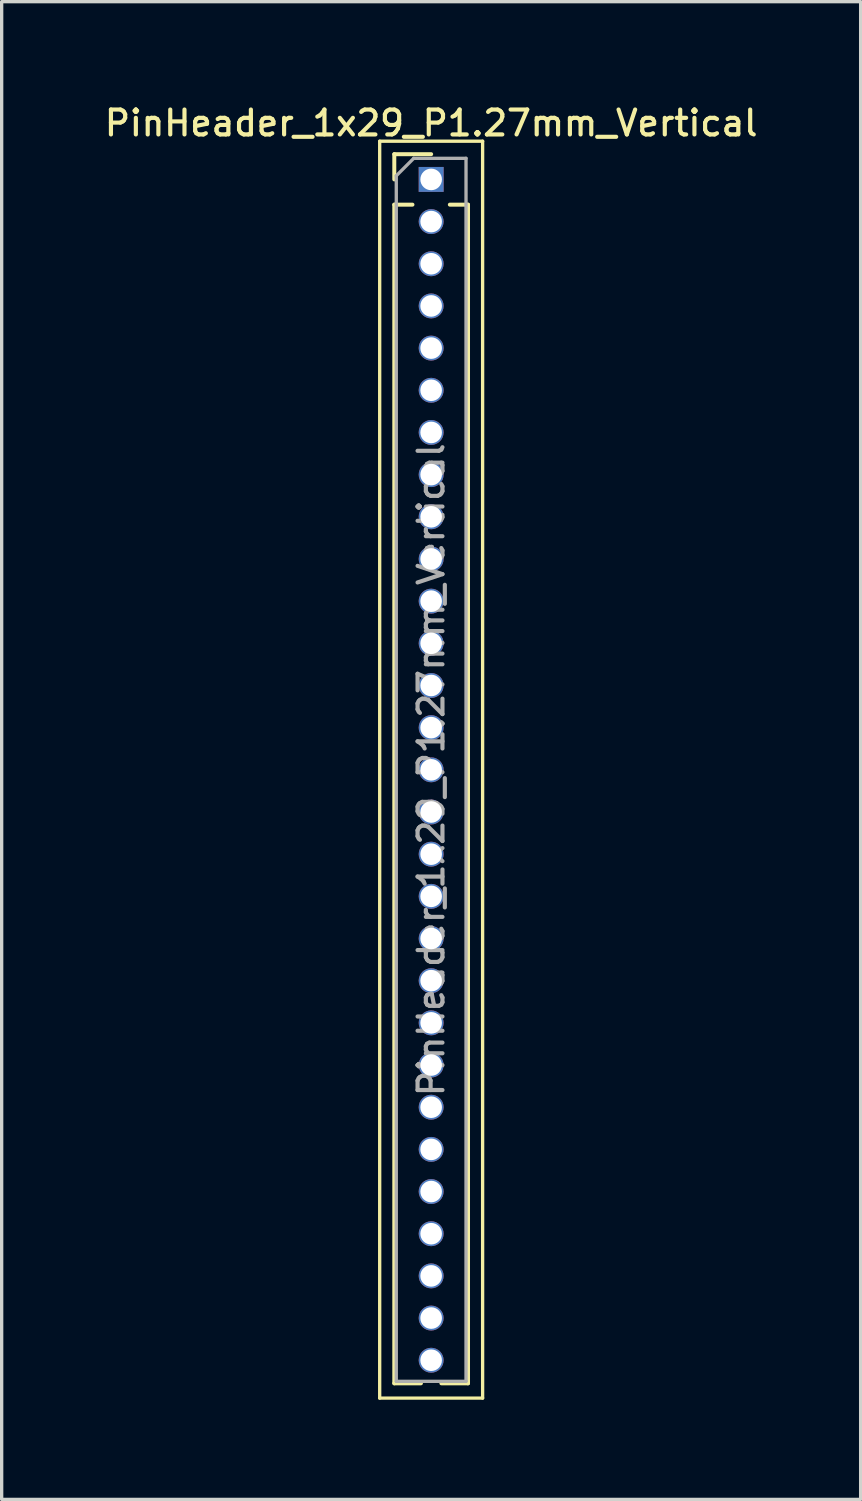
<source format=kicad_pcb>
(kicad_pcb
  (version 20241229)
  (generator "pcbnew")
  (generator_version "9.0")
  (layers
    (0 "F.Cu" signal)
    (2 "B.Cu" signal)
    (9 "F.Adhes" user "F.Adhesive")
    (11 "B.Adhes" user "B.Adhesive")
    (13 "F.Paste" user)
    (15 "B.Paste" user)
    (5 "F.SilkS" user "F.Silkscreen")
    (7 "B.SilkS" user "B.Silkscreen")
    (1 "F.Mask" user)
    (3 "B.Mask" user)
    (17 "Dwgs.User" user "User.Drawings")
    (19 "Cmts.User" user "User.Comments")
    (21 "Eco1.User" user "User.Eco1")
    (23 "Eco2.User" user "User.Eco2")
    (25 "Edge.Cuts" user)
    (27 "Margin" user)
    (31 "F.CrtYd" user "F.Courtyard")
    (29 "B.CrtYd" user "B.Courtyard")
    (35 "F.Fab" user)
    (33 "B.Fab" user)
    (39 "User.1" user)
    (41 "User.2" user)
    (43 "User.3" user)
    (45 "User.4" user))
  (footprint "PinHeader_1x29_P1.27mm_Vertical"
    (layer "F.Cu")
    (at 9.934 2.353)
    (property "Reference" "PinHeader_1x29_P1.27mm_Vertical" (at 0 -1.695 0) (layer "F.SilkS") (effects (font (size 0.75 0.75) (thickness 0.125))))
    (attr through_hole)
    (fp_line (start -1.55 -1.15) (end -1.55 36.7) (stroke (width 0.1) (type solid)) (layer "F.SilkS"))
    (fp_line (start -1.55 36.7) (end 1.55 36.7) (stroke (width 0.1) (type solid)) (layer "F.SilkS"))
    (fp_line (start -1.11 -0.76) (end 0 -0.76) (stroke (width 0.12) (type solid)) (layer "F.SilkS"))
    (fp_line (start -1.11 0) (end -1.11 -0.76) (stroke (width 0.12) (type solid)) (layer "F.SilkS"))
    (fp_line (start -1.11 0.76) (end -1.11 36.255) (stroke (width 0.12) (type solid)) (layer "F.SilkS"))
    (fp_line (start -1.11 0.76) (end -0.563 0.76) (stroke (width 0.12) (type solid)) (layer "F.SilkS"))
    (fp_line (start -1.11 36.255) (end -0.308 36.255) (stroke (width 0.12) (type solid)) (layer "F.SilkS"))
    (fp_line (start 0.308 36.255) (end 1.11 36.255) (stroke (width 0.12) (type solid)) (layer "F.SilkS"))
    (fp_line (start 0.563 0.76) (end 1.11 0.76) (stroke (width 0.12) (type solid)) (layer "F.SilkS"))
    (fp_line (start 1.11 0.76) (end 1.11 36.255) (stroke (width 0.12) (type solid)) (layer "F.SilkS"))
    (fp_line (start 1.55 -1.15) (end -1.55 -1.15) (stroke (width 0.1) (type solid)) (layer "F.SilkS"))
    (fp_line (start 1.55 36.7) (end 1.55 -1.15) (stroke (width 0.1) (type solid)) (layer "F.SilkS"))
    (fp_line (start -1.05 -0.11) (end -0.525 -0.635) (stroke (width 0.1) (type solid)) (layer "F.Fab"))
    (fp_line (start -1.05 36.195) (end -1.05 -0.11) (stroke (width 0.1) (type solid)) (layer "F.Fab"))
    (fp_line (start -0.525 -0.635) (end 1.05 -0.635) (stroke (width 0.1) (type solid)) (layer "F.Fab"))
    (fp_line (start 1.05 -0.635) (end 1.05 36.195) (stroke (width 0.1) (type solid)) (layer "F.Fab"))
    (fp_line (start 1.05 36.195) (end -1.05 36.195) (stroke (width 0.1) (type solid)) (layer "F.Fab"))
    (fp_text user "${REFERENCE}" (at 0 17.78 90) (layer "F.Fab") (effects (font (size 0.75 0.75) (thickness 0.125))))
    (pad "1" thru_hole rect (at 0 0) (size 0.75 0.75) (drill 0.65) (layers "*.Cu" "*.Mask"))
    (pad "2" thru_hole oval (at 0 1.27) (size 0.75 0.75) (drill 0.65) (layers "*.Cu" "*.Mask"))
    (pad "3" thru_hole oval (at 0 2.54) (size 0.75 0.75) (drill 0.65) (layers "*.Cu" "*.Mask"))
    (pad "4" thru_hole oval (at 0 3.81) (size 0.75 0.75) (drill 0.65) (layers "*.Cu" "*.Mask"))
    (pad "5" thru_hole oval (at 0 5.08) (size 0.75 0.75) (drill 0.65) (layers "*.Cu" "*.Mask"))
    (pad "6" thru_hole oval (at 0 6.35) (size 0.75 0.75) (drill 0.65) (layers "*.Cu" "*.Mask"))
    (pad "7" thru_hole oval (at 0 7.62) (size 0.75 0.75) (drill 0.65) (layers "*.Cu" "*.Mask"))
    (pad "8" thru_hole oval (at 0 8.89) (size 0.75 0.75) (drill 0.65) (layers "*.Cu" "*.Mask"))
    (pad "9" thru_hole oval (at 0 10.16) (size 0.75 0.75) (drill 0.65) (layers "*.Cu" "*.Mask"))
    (pad "10" thru_hole oval (at 0 11.43) (size 0.75 0.75) (drill 0.65) (layers "*.Cu" "*.Mask"))
    (pad "11" thru_hole oval (at 0 12.7) (size 0.75 0.75) (drill 0.65) (layers "*.Cu" "*.Mask"))
    (pad "12" thru_hole oval (at 0 13.97) (size 0.75 0.75) (drill 0.65) (layers "*.Cu" "*.Mask"))
    (pad "13" thru_hole oval (at 0 15.24) (size 0.75 0.75) (drill 0.65) (layers "*.Cu" "*.Mask"))
    (pad "14" thru_hole oval (at 0 16.51) (size 0.75 0.75) (drill 0.65) (layers "*.Cu" "*.Mask"))
    (pad "15" thru_hole oval (at 0 17.78) (size 0.75 0.75) (drill 0.65) (layers "*.Cu" "*.Mask"))
    (pad "16" thru_hole oval (at 0 19.05) (size 0.75 0.75) (drill 0.65) (layers "*.Cu" "*.Mask"))
    (pad "17" thru_hole oval (at 0 20.32) (size 0.75 0.75) (drill 0.65) (layers "*.Cu" "*.Mask"))
    (pad "18" thru_hole oval (at 0 21.59) (size 0.75 0.75) (drill 0.65) (layers "*.Cu" "*.Mask"))
    (pad "19" thru_hole oval (at 0 22.86) (size 0.75 0.75) (drill 0.65) (layers "*.Cu" "*.Mask"))
    (pad "20" thru_hole oval (at 0 24.13) (size 0.75 0.75) (drill 0.65) (layers "*.Cu" "*.Mask"))
    (pad "21" thru_hole oval (at 0 25.4) (size 0.75 0.75) (drill 0.65) (layers "*.Cu" "*.Mask"))
    (pad "22" thru_hole oval (at 0 26.67) (size 0.75 0.75) (drill 0.65) (layers "*.Cu" "*.Mask"))
    (pad "23" thru_hole oval (at 0 27.94) (size 0.75 0.75) (drill 0.65) (layers "*.Cu" "*.Mask"))
    (pad "24" thru_hole oval (at 0 29.21) (size 0.75 0.75) (drill 0.65) (layers "*.Cu" "*.Mask"))
    (pad "25" thru_hole oval (at 0 30.48) (size 0.75 0.75) (drill 0.65) (layers "*.Cu" "*.Mask"))
    (pad "26" thru_hole oval (at 0 31.75) (size 0.75 0.75) (drill 0.65) (layers "*.Cu" "*.Mask"))
    (pad "27" thru_hole oval (at 0 33.02) (size 0.75 0.75) (drill 0.65) (layers "*.Cu" "*.Mask"))
    (pad "28" thru_hole oval (at 0 34.29) (size 0.75 0.75) (drill 0.65) (layers "*.Cu" "*.Mask"))
    (pad "29" thru_hole oval (at 0 35.56) (size 0.75 0.75) (drill 0.65) (layers "*.Cu" "*.Mask")))
  (gr_rect
    (start -3 -3)
    (end 22.868 42.103)
    (stroke (width 0.1) (type default))
    (fill no)
    (layer "Edge.Cuts")))
</source>
